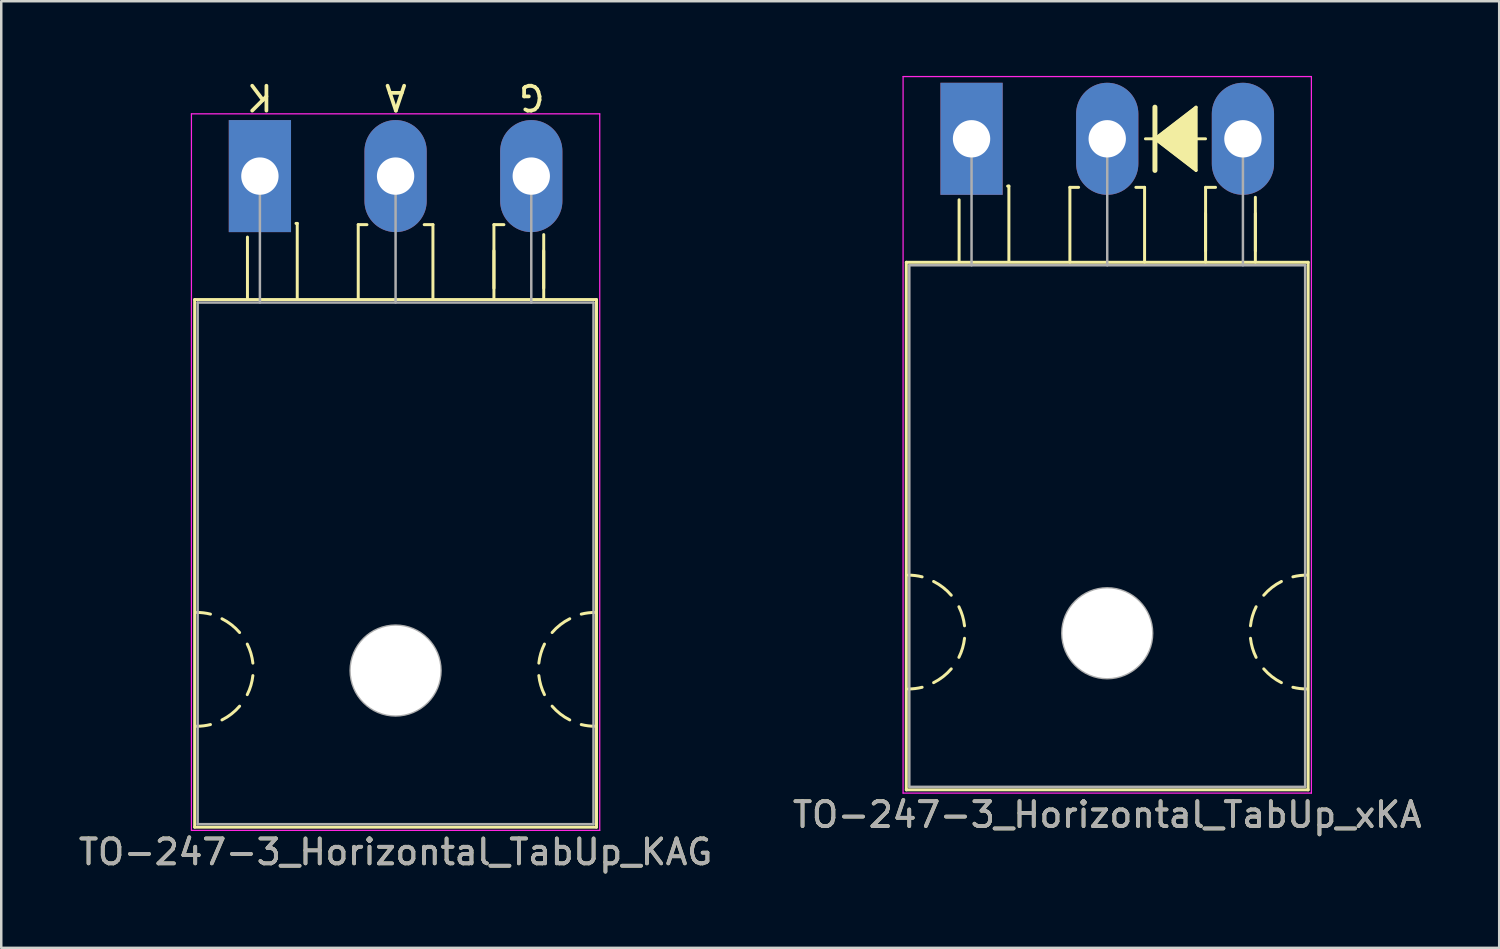
<source format=kicad_pcb>
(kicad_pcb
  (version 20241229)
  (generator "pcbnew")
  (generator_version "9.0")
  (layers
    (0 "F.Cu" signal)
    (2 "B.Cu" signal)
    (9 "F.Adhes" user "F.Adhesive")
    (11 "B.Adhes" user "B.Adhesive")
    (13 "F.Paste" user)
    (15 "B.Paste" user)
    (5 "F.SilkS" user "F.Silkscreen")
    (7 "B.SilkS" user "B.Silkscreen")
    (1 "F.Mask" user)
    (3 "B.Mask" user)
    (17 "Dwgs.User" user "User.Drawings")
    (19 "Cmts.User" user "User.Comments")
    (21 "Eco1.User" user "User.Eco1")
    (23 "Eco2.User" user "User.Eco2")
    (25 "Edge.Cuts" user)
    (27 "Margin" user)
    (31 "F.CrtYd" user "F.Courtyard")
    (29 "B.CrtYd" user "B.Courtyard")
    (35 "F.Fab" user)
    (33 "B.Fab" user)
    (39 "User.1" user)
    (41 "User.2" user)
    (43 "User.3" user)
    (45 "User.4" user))
  (footprint "TO-247-3_Horizontal_TabUp_xKA"
    (layer "F.Cu")
    (at 35.973 2.525)
    (property "Reference" "TO-247-3_Horizontal_TabUp_xKA" (at 5.45 27.15 0) (layer "F.SilkS") (effects (font (size 1 1) (thickness 0.15))))
    (fp_line (start -2.62 4.96) (end -2.62 26.15) (stroke (width 0.12) (type solid)) (layer "F.SilkS"))
    (fp_line (start -2.62 4.96) (end 13.52 4.96) (stroke (width 0.12) (type solid)) (layer "F.SilkS"))
    (fp_line (start -2.62 26.15) (end 13.52 26.15) (stroke (width 0.12) (type solid)) (layer "F.SilkS"))
    (fp_line (start -0.5 4.9) (end -0.5 2.45) (stroke (width 0.12) (type solid)) (layer "F.SilkS"))
    (fp_line (start 1.5 1.9) (end 1.45 1.9) (stroke (width 0.12) (type solid)) (layer "F.SilkS"))
    (fp_line (start 1.5 4.9) (end 1.5 1.9) (stroke (width 0.12) (type solid)) (layer "F.SilkS"))
    (fp_line (start 3.95 1.95) (end 4.3 1.95) (stroke (width 0.12) (type solid)) (layer "F.SilkS"))
    (fp_line (start 3.95 4.95) (end 3.95 1.95) (stroke (width 0.12) (type solid)) (layer "F.SilkS"))
    (fp_line (start 6.95 1.95) (end 6.6 1.95) (stroke (width 0.12) (type solid)) (layer "F.SilkS"))
    (fp_line (start 6.95 4.95) (end 6.95 1.95) (stroke (width 0.12) (type solid)) (layer "F.SilkS"))
    (fp_line (start 6.985 0) (end 7.366 0) (stroke (width 0.12) (type solid)) (layer "F.SilkS"))
    (fp_line (start 7.366 -1.27) (end 7.366 0) (stroke (width 0.2) (type solid)) (layer "F.SilkS"))
    (fp_line (start 7.366 0) (end 7.366 1.27) (stroke (width 0.2) (type solid)) (layer "F.SilkS"))
    (fp_line (start 7.366 0) (end 9.017 1.27) (stroke (width 0.12) (type solid)) (layer "F.SilkS"))
    (fp_line (start 9.017 -1.27) (end 7.366 0) (stroke (width 0.12) (type solid)) (layer "F.SilkS"))
    (fp_line (start 9.017 1.27) (end 9.017 -1.27) (stroke (width 0.12) (type solid)) (layer "F.SilkS"))
    (fp_line (start 9.398 0) (end 9.017 0) (stroke (width 0.12) (type solid)) (layer "F.SilkS"))
    (fp_line (start 9.4 1.95) (end 9.8 1.95) (stroke (width 0.12) (type solid)) (layer "F.SilkS"))
    (fp_line (start 9.4 4.5) (end 9.4 3) (stroke (width 0.12) (type solid)) (layer "F.SilkS"))
    (fp_line (start 9.4 4.95) (end 9.4 1.95) (stroke (width 0.12) (type solid)) (layer "F.SilkS"))
    (fp_line (start 11.4 4.5) (end 11.4 3) (stroke (width 0.12) (type solid)) (layer "F.SilkS"))
    (fp_line (start 11.4 4.95) (end 11.4 2.35) (stroke (width 0.12) (type solid)) (layer "F.SilkS"))
    (fp_line (start 13.52 4.96) (end 13.52 26.15) (stroke (width 0.12) (type solid)) (layer "F.SilkS"))
    (fp_arc (start -2.54 17.526) (mid -2.260689 17.543128) (end -1.985564 17.594254) (stroke (width 0.12) (type solid)) (layer "F.SilkS"))
    (fp_arc (start -1.985564 22.029746) (mid -2.260689 22.080872) (end -2.54 22.098) (stroke (width 0.12) (type solid)) (layer "F.SilkS"))
    (fp_arc (start -1.524001 17.780001) (mid -1.14188 18.02132) (end -0.815088 18.333504) (stroke (width 0.12) (type solid)) (layer "F.SilkS"))
    (fp_arc (start -0.815087 21.290497) (mid -1.141879 21.60268) (end -1.524 21.844) (stroke (width 0.12) (type solid)) (layer "F.SilkS"))
    (fp_arc (start -0.508001 18.796001) (mid -0.361178 19.168563) (end -0.282051 19.561117) (stroke (width 0.12) (type solid)) (layer "F.SilkS"))
    (fp_arc (start -0.282051 20.062883) (mid -0.361178 20.455437) (end -0.508001 20.827999) (stroke (width 0.12) (type solid)) (layer "F.SilkS"))
    (fp_arc (start 11.204051 19.561117) (mid 11.283178 19.168563) (end 11.430001 18.796001) (stroke (width 0.12) (type solid)) (layer "F.SilkS"))
    (fp_arc (start 11.430001 20.827999) (mid 11.283178 20.455437) (end 11.204051 20.062883) (stroke (width 0.12) (type solid)) (layer "F.SilkS"))
    (fp_arc (start 11.737087 18.333503) (mid 12.063879 18.02132) (end 12.446 17.78) (stroke (width 0.12) (type solid)) (layer "F.SilkS"))
    (fp_arc (start 12.446001 21.843999) (mid 12.06388 21.60268) (end 11.737088 21.290496) (stroke (width 0.12) (type solid)) (layer "F.SilkS"))
    (fp_arc (start 12.907564 17.594254) (mid 13.182689 17.543128) (end 13.462 17.526) (stroke (width 0.12) (type solid)) (layer "F.SilkS"))
    (fp_arc (start 13.462 22.098) (mid 13.182689 22.080872) (end 12.907564 22.029746) (stroke (width 0.12) (type solid)) (layer "F.SilkS"))
    (fp_poly (pts (xy 9.017 1.27) (xy 7.366 0) (xy 9.017 -1.27)) (stroke (width 0.1) (type solid)) (fill yes) (layer "F.SilkS"))
    (fp_line (start -2.75 -2.5) (end -2.75 26.28) (stroke (width 0.05) (type solid)) (layer "F.CrtYd"))
    (fp_line (start -2.75 26.28) (end 13.65 26.28) (stroke (width 0.05) (type solid)) (layer "F.CrtYd"))
    (fp_line (start 13.65 -2.5) (end -2.75 -2.5) (stroke (width 0.05) (type solid)) (layer "F.CrtYd"))
    (fp_line (start 13.65 26.28) (end 13.65 -2.5) (stroke (width 0.05) (type solid)) (layer "F.CrtYd"))
    (fp_line (start -2.5 5.08) (end -2.5 26.03) (stroke (width 0.1) (type solid)) (layer "F.Fab"))
    (fp_line (start -2.5 26.03) (end 13.4 26.03) (stroke (width 0.1) (type solid)) (layer "F.Fab"))
    (fp_line (start 0 5.08) (end 0 0) (stroke (width 0.1) (type solid)) (layer "F.Fab"))
    (fp_line (start 5.45 5.08) (end 5.45 0) (stroke (width 0.1) (type solid)) (layer "F.Fab"))
    (fp_line (start 10.9 5.08) (end 10.9 0) (stroke (width 0.1) (type solid)) (layer "F.Fab"))
    (fp_line (start 13.4 5.08) (end -2.5 5.08) (stroke (width 0.1) (type solid)) (layer "F.Fab"))
    (fp_line (start 13.4 26.03) (end 13.4 5.08) (stroke (width 0.1) (type solid)) (layer "F.Fab"))
    (fp_circle (center 5.45 19.86) (end 7.255 19.86) (stroke (width 0.1) (type solid)) (fill no) (layer "F.Fab"))
    (fp_text user "${REFERENCE}" (at 5.45 27.15 0) (layer "F.Fab") (effects (font (size 1 1) (thickness 0.15))))
    (pad "" np_thru_hole oval (at 5.45 19.86) (size 3.6 3.6) (drill 3.6) (layers "*.Cu" "*.Mask"))
    (pad "1" thru_hole rect (at 0 0) (size 2.5 4.5) (drill 1.5) (layers "*.Cu" "*.Mask"))
    (pad "2" thru_hole oval (at 5.45 0) (size 2.5 4.5) (drill 1.5) (layers "*.Cu" "*.Mask"))
    (pad "3" thru_hole oval (at 10.9 0) (size 2.5 4.5) (drill 1.5) (layers "*.Cu" "*.Mask")))
  (footprint "TO-247-3_Horizontal_TabUp_KAG"
    (layer "F.Cu")
    (at 7.389 4.023)
    (property "Reference" "TO-247-3_Horizontal_TabUp_KAG" (at 5.45 27.15 0) (layer "F.SilkS") (effects (font (size 1 1) (thickness 0.15))))
    (fp_line (start -2.62 4.96) (end -2.62 26.15) (stroke (width 0.12) (type solid)) (layer "F.SilkS"))
    (fp_line (start -2.62 4.96) (end 13.52 4.96) (stroke (width 0.12) (type solid)) (layer "F.SilkS"))
    (fp_line (start -2.62 26.15) (end 13.52 26.15) (stroke (width 0.12) (type solid)) (layer "F.SilkS"))
    (fp_line (start -0.5 4.9) (end -0.5 2.45) (stroke (width 0.12) (type solid)) (layer "F.SilkS"))
    (fp_line (start 1.5 1.9) (end 1.45 1.9) (stroke (width 0.12) (type solid)) (layer "F.SilkS"))
    (fp_line (start 1.5 4.9) (end 1.5 1.9) (stroke (width 0.12) (type solid)) (layer "F.SilkS"))
    (fp_line (start 3.95 1.95) (end 4.3 1.95) (stroke (width 0.12) (type solid)) (layer "F.SilkS"))
    (fp_line (start 3.95 4.95) (end 3.95 1.95) (stroke (width 0.12) (type solid)) (layer "F.SilkS"))
    (fp_line (start 6.95 1.95) (end 6.6 1.95) (stroke (width 0.12) (type solid)) (layer "F.SilkS"))
    (fp_line (start 6.95 4.95) (end 6.95 1.95) (stroke (width 0.12) (type solid)) (layer "F.SilkS"))
    (fp_line (start 9.4 1.95) (end 9.8 1.95) (stroke (width 0.12) (type solid)) (layer "F.SilkS"))
    (fp_line (start 9.4 4.5) (end 9.4 3) (stroke (width 0.12) (type solid)) (layer "F.SilkS"))
    (fp_line (start 9.4 4.95) (end 9.4 1.95) (stroke (width 0.12) (type solid)) (layer "F.SilkS"))
    (fp_line (start 11.4 4.5) (end 11.4 3) (stroke (width 0.12) (type solid)) (layer "F.SilkS"))
    (fp_line (start 11.4 4.95) (end 11.4 2.35) (stroke (width 0.12) (type solid)) (layer "F.SilkS"))
    (fp_line (start 13.52 4.96) (end 13.52 26.15) (stroke (width 0.12) (type solid)) (layer "F.SilkS"))
    (fp_arc (start -2.54 17.526) (mid -2.260689 17.543128) (end -1.985564 17.594254) (stroke (width 0.12) (type solid)) (layer "F.SilkS"))
    (fp_arc (start -1.985564 22.029746) (mid -2.260689 22.080872) (end -2.54 22.098) (stroke (width 0.12) (type solid)) (layer "F.SilkS"))
    (fp_arc (start -1.524001 17.780001) (mid -1.14188 18.02132) (end -0.815088 18.333504) (stroke (width 0.12) (type solid)) (layer "F.SilkS"))
    (fp_arc (start -0.815087 21.290497) (mid -1.141879 21.60268) (end -1.524 21.844) (stroke (width 0.12) (type solid)) (layer "F.SilkS"))
    (fp_arc (start -0.508001 18.796001) (mid -0.361178 19.168563) (end -0.282051 19.561117) (stroke (width 0.12) (type solid)) (layer "F.SilkS"))
    (fp_arc (start -0.282051 20.062883) (mid -0.361178 20.455437) (end -0.508001 20.827999) (stroke (width 0.12) (type solid)) (layer "F.SilkS"))
    (fp_arc (start 11.204051 19.561117) (mid 11.283178 19.168563) (end 11.430001 18.796001) (stroke (width 0.12) (type solid)) (layer "F.SilkS"))
    (fp_arc (start 11.430001 20.827999) (mid 11.283178 20.455437) (end 11.204051 20.062883) (stroke (width 0.12) (type solid)) (layer "F.SilkS"))
    (fp_arc (start 11.737087 18.333503) (mid 12.063879 18.02132) (end 12.446 17.78) (stroke (width 0.12) (type solid)) (layer "F.SilkS"))
    (fp_arc (start 12.446001 21.843999) (mid 12.06388 21.60268) (end 11.737088 21.290496) (stroke (width 0.12) (type solid)) (layer "F.SilkS"))
    (fp_arc (start 12.907564 17.594254) (mid 13.182689 17.543128) (end 13.462 17.526) (stroke (width 0.12) (type solid)) (layer "F.SilkS"))
    (fp_arc (start 13.462 22.098) (mid 13.182689 22.080872) (end 12.907564 22.029746) (stroke (width 0.12) (type solid)) (layer "F.SilkS"))
    (fp_line (start -2.75 -2.5) (end -2.75 26.28) (stroke (width 0.05) (type solid)) (layer "F.CrtYd"))
    (fp_line (start -2.75 26.28) (end 13.65 26.28) (stroke (width 0.05) (type solid)) (layer "F.CrtYd"))
    (fp_line (start 13.65 -2.5) (end -2.75 -2.5) (stroke (width 0.05) (type solid)) (layer "F.CrtYd"))
    (fp_line (start 13.65 26.28) (end 13.65 -2.5) (stroke (width 0.05) (type solid)) (layer "F.CrtYd"))
    (fp_line (start -2.5 5.08) (end -2.5 26.03) (stroke (width 0.1) (type solid)) (layer "F.Fab"))
    (fp_line (start -2.5 26.03) (end 13.4 26.03) (stroke (width 0.1) (type solid)) (layer "F.Fab"))
    (fp_line (start 0 5.08) (end 0 0) (stroke (width 0.1) (type solid)) (layer "F.Fab"))
    (fp_line (start 5.45 5.08) (end 5.45 0) (stroke (width 0.1) (type solid)) (layer "F.Fab"))
    (fp_line (start 10.9 5.08) (end 10.9 0) (stroke (width 0.1) (type solid)) (layer "F.Fab"))
    (fp_line (start 13.4 5.08) (end -2.5 5.08) (stroke (width 0.1) (type solid)) (layer "F.Fab"))
    (fp_line (start 13.4 26.03) (end 13.4 5.08) (stroke (width 0.1) (type solid)) (layer "F.Fab"))
    (fp_circle (center 5.45 19.86) (end 7.255 19.86) (stroke (width 0.1) (type solid)) (fill no) (layer "F.Fab"))
    (fp_text user "K" (at 0 -3.175 180) (unlocked yes) (layer "F.SilkS") (effects (font (size 1 1) (thickness 0.15))))
    (fp_text user "A" (at 5.461 -3.175 180) (unlocked yes) (layer "F.SilkS") (effects (font (size 1 1) (thickness 0.15))))
    (fp_text user "G" (at 10.922 -3.175 180) (unlocked yes) (layer "F.SilkS") (effects (font (size 1 1) (thickness 0.15))))
    (fp_text user "${REFERENCE}" (at 5.45 27.15 0) (layer "F.Fab") (effects (font (size 1 1) (thickness 0.15))))
    (pad "" np_thru_hole oval (at 5.45 19.86) (size 3.6 3.6) (drill 3.6) (layers "*.Cu" "*.Mask"))
    (pad "1" thru_hole rect (at 0 0) (size 2.5 4.5) (drill 1.5) (layers "*.Cu" "*.Mask"))
    (pad "2" thru_hole oval (at 5.45 0) (size 2.5 4.5) (drill 1.5) (layers "*.Cu" "*.Mask"))
    (pad "3" thru_hole oval (at 10.9 0) (size 2.5 4.5) (drill 1.5) (layers "*.Cu" "*.Mask")))
  (gr_rect
    (start -3 -3)
    (end 57.167 35.022)
    (stroke (width 0.1) (type default))
    (fill no)
    (layer "Edge.Cuts")))
</source>
